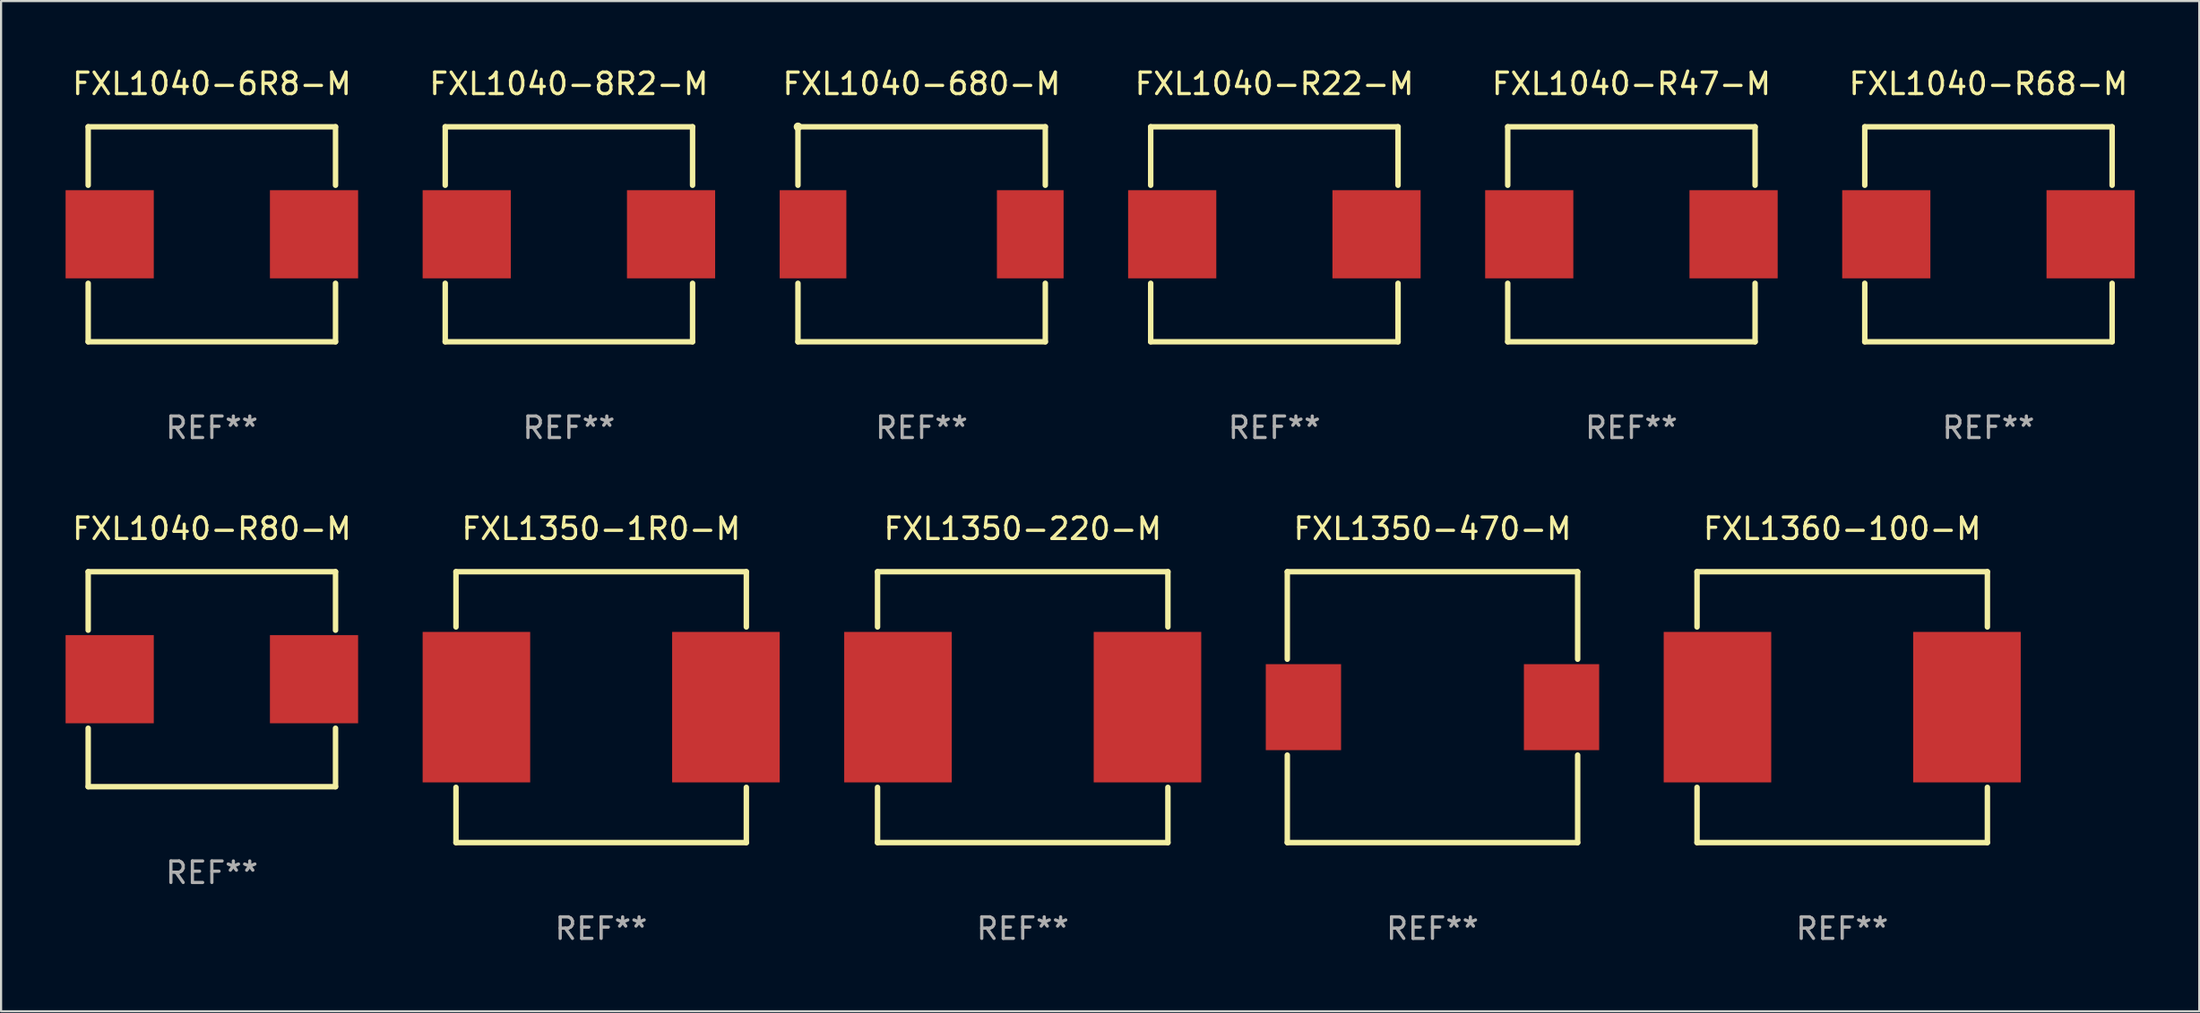
<source format=kicad_pcb>
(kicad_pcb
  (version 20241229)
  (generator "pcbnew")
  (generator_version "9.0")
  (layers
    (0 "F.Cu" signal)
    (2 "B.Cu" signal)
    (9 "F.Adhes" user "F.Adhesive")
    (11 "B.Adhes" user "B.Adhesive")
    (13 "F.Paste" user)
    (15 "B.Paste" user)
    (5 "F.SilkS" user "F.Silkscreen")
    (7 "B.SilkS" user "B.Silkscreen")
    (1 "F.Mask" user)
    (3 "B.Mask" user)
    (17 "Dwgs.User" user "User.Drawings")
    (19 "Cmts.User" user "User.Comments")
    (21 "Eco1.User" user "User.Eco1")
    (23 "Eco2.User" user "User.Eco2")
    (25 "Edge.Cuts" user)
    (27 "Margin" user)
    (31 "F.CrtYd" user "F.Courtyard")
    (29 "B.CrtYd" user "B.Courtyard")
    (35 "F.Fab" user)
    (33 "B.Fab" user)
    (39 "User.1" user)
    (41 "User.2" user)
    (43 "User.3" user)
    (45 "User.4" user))
  (footprint "FXL1350-470-M"
    (layer "F.Cu")
    (at 63.551 29.845)
    (property "Reference" "FXL1350-470-M" (at 0 -8.3 0) (layer "F.SilkS") (effects (font (size 1 1) (thickness 0.15))))
    (attr through_hole)
    (fp_line (start -6.75 -6.3) (end 6.75 -6.3) (stroke (width 0.254) (type solid)) (layer "F.SilkS"))
    (fp_line (start -6.75 -2.23) (end -6.75 -6.3) (stroke (width 0.254) (type solid)) (layer "F.SilkS"))
    (fp_line (start -6.75 6.3) (end -6.75 2.23) (stroke (width 0.254) (type solid)) (layer "F.SilkS"))
    (fp_line (start 6.75 -2.23) (end 6.75 -6.3) (stroke (width 0.254) (type solid)) (layer "F.SilkS"))
    (fp_line (start 6.75 6.3) (end -6.75 6.3) (stroke (width 0.254) (type solid)) (layer "F.SilkS"))
    (fp_line (start 6.75 6.3) (end 6.75 2.23) (stroke (width 0.254) (type solid)) (layer "F.SilkS"))
    (fp_circle (center -6.75 6.3) (end -6.72 6.3) (stroke (width 0.06) (type solid)) (fill no) (layer "F.SilkS"))
    (fp_text user "REF**" (at 0 10.3 0) (layer "F.Fab") (effects (font (size 1 1) (thickness 0.15))))
    (pad "1" smd rect (at -6 0 90) (size 4 3.5) (layers "F.Cu" "F.Mask" "F.Paste"))
    (pad "2" smd rect (at 6 0 90) (size 4 3.5) (layers "F.Cu" "F.Mask" "F.Paste")))
  (footprint "FXL1040-R47-M"
    (layer "F.Cu")
    (at 72.8 7.848)
    (property "Reference" "FXL1040-R47-M" (at 0 -7 0) (layer "F.SilkS") (effects (font (size 1 1) (thickness 0.15))))
    (attr through_hole)
    (fp_line (start -5.75 -5) (end -5.75 -2.281) (stroke (width 0.254) (type solid)) (layer "F.SilkS"))
    (fp_line (start -5.75 -5) (end 5.75 -5) (stroke (width 0.254) (type solid)) (layer "F.SilkS"))
    (fp_line (start -5.75 2.281) (end -5.75 5) (stroke (width 0.254) (type solid)) (layer "F.SilkS"))
    (fp_line (start 5.75 -2.281) (end 5.75 -5) (stroke (width 0.254) (type solid)) (layer "F.SilkS"))
    (fp_line (start 5.75 5) (end -5.75 5) (stroke (width 0.254) (type solid)) (layer "F.SilkS"))
    (fp_line (start 5.75 5) (end 5.75 2.281) (stroke (width 0.254) (type solid)) (layer "F.SilkS"))
    (fp_circle (center -5.75 5) (end -5.7 5) (stroke (width 0.1) (type solid)) (fill no) (layer "F.SilkS"))
    (fp_text user "REF**" (at 0 9 0) (layer "F.Fab") (effects (font (size 1 1) (thickness 0.15))))
    (pad "1" smd rect (at -4.75 0) (size 4.1 4.1) (layers "F.Cu" "F.Mask" "F.Paste"))
    (pad "2" smd rect (at 4.75 0) (size 4.1 4.1) (layers "F.Cu" "F.Mask" "F.Paste")))
  (footprint "FXL1360-100-M"
    (layer "F.Cu")
    (at 82.601 29.845)
    (property "Reference" "FXL1360-100-M" (at 0 -8.3 0) (layer "F.SilkS") (effects (font (size 1 1) (thickness 0.15))))
    (attr through_hole)
    (fp_line (start -6.75 -6.3) (end -6.75 -3.731) (stroke (width 0.254) (type solid)) (layer "F.SilkS"))
    (fp_line (start -6.75 -6.3) (end 6.75 -6.3) (stroke (width 0.254) (type solid)) (layer "F.SilkS"))
    (fp_line (start -6.75 3.731) (end -6.75 6.3) (stroke (width 0.254) (type solid)) (layer "F.SilkS"))
    (fp_line (start -6.75 6.3) (end 6.75 6.3) (stroke (width 0.254) (type solid)) (layer "F.SilkS"))
    (fp_line (start 6.75 -6.3) (end 6.75 -3.731) (stroke (width 0.254) (type solid)) (layer "F.SilkS"))
    (fp_line (start 6.75 3.731) (end 6.75 6.3) (stroke (width 0.254) (type solid)) (layer "F.SilkS"))
    (fp_circle (center -6.725 6.3) (end -6.695 6.3) (stroke (width 0.06) (type solid)) (fill no) (layer "F.SilkS"))
    (fp_text user "REF**" (at 0 10.3 0) (layer "F.Fab") (effects (font (size 1 1) (thickness 0.15))))
    (pad "1" smd rect (at -5.8 -0.000013 90) (size 7 5) (layers "F.Cu" "F.Mask" "F.Paste"))
    (pad "2" smd rect (at 5.8 -0.000013 90) (size 7 5) (layers "F.Cu" "F.Mask" "F.Paste")))
  (footprint "FXL1350-220-M"
    (layer "F.Cu")
    (at 44.5 29.845)
    (property "Reference" "FXL1350-220-M" (at 0 -8.3 0) (layer "F.SilkS") (effects (font (size 1 1) (thickness 0.15))))
    (attr through_hole)
    (fp_line (start -6.75 -6.3) (end -6.75 -3.731) (stroke (width 0.254) (type solid)) (layer "F.SilkS"))
    (fp_line (start -6.75 -6.3) (end 6.75 -6.3) (stroke (width 0.254) (type solid)) (layer "F.SilkS"))
    (fp_line (start -6.75 3.731) (end -6.75 6.3) (stroke (width 0.254) (type solid)) (layer "F.SilkS"))
    (fp_line (start -6.75 6.3) (end 6.75 6.3) (stroke (width 0.254) (type solid)) (layer "F.SilkS"))
    (fp_line (start 6.75 -6.3) (end 6.75 -3.731) (stroke (width 0.254) (type solid)) (layer "F.SilkS"))
    (fp_line (start 6.75 3.731) (end 6.75 6.3) (stroke (width 0.254) (type solid)) (layer "F.SilkS"))
    (fp_circle (center -6.725 6.3) (end -6.695 6.3) (stroke (width 0.06) (type solid)) (fill no) (layer "F.SilkS"))
    (fp_text user "REF**" (at 0 10.3 0) (layer "F.Fab") (effects (font (size 1 1) (thickness 0.15))))
    (pad "1" smd rect (at -5.8 -0.000013 90) (size 7 5) (layers "F.Cu" "F.Mask" "F.Paste"))
    (pad "2" smd rect (at 5.8 -0.000013 90) (size 7 5) (layers "F.Cu" "F.Mask" "F.Paste")))
  (footprint "FXL1040-8R2-M"
    (layer "F.Cu")
    (at 23.4 7.848)
    (property "Reference" "FXL1040-8R2-M" (at 0 -7 0) (layer "F.SilkS") (effects (font (size 1 1) (thickness 0.15))))
    (attr through_hole)
    (fp_line (start -5.75 -5) (end -5.75 -2.281) (stroke (width 0.254) (type solid)) (layer "F.SilkS"))
    (fp_line (start -5.75 -5) (end 5.75 -5) (stroke (width 0.254) (type solid)) (layer "F.SilkS"))
    (fp_line (start -5.75 2.281) (end -5.75 5) (stroke (width 0.254) (type solid)) (layer "F.SilkS"))
    (fp_line (start 5.75 -2.281) (end 5.75 -5) (stroke (width 0.254) (type solid)) (layer "F.SilkS"))
    (fp_line (start 5.75 5) (end -5.75 5) (stroke (width 0.254) (type solid)) (layer "F.SilkS"))
    (fp_line (start 5.75 5) (end 5.75 2.281) (stroke (width 0.254) (type solid)) (layer "F.SilkS"))
    (fp_circle (center -5.75 5) (end -5.7 5) (stroke (width 0.1) (type solid)) (fill no) (layer "F.SilkS"))
    (fp_text user "REF**" (at 0 9 0) (layer "F.Fab") (effects (font (size 1 1) (thickness 0.15))))
    (pad "1" smd rect (at -4.75 0) (size 4.1 4.1) (layers "F.Cu" "F.Mask" "F.Paste"))
    (pad "2" smd rect (at 4.75 0) (size 4.1 4.1) (layers "F.Cu" "F.Mask" "F.Paste")))
  (footprint "FXL1350-1R0-M"
    (layer "F.Cu")
    (at 24.9 29.845)
    (property "Reference" "FXL1350-1R0-M" (at 0 -8.3 0) (layer "F.SilkS") (effects (font (size 1 1) (thickness 0.15))))
    (attr through_hole)
    (fp_line (start -6.75 -6.3) (end -6.75 -3.731) (stroke (width 0.254) (type solid)) (layer "F.SilkS"))
    (fp_line (start -6.75 -6.3) (end 6.75 -6.3) (stroke (width 0.254) (type solid)) (layer "F.SilkS"))
    (fp_line (start -6.75 3.731) (end -6.75 6.3) (stroke (width 0.254) (type solid)) (layer "F.SilkS"))
    (fp_line (start -6.75 6.3) (end 6.75 6.3) (stroke (width 0.254) (type solid)) (layer "F.SilkS"))
    (fp_line (start 6.75 -6.3) (end 6.75 -3.731) (stroke (width 0.254) (type solid)) (layer "F.SilkS"))
    (fp_line (start 6.75 3.731) (end 6.75 6.3) (stroke (width 0.254) (type solid)) (layer "F.SilkS"))
    (fp_circle (center -6.725 6.3) (end -6.695 6.3) (stroke (width 0.06) (type solid)) (fill no) (layer "F.SilkS"))
    (fp_text user "REF**" (at 0 10.3 0) (layer "F.Fab") (effects (font (size 1 1) (thickness 0.15))))
    (pad "1" smd rect (at -5.8 -0.000013 90) (size 7 5) (layers "F.Cu" "F.Mask" "F.Paste"))
    (pad "2" smd rect (at 5.8 -0.000013 90) (size 7 5) (layers "F.Cu" "F.Mask" "F.Paste")))
  (footprint "FXL1040-R80-M"
    (layer "F.Cu")
    (at 6.8 28.545)
    (property "Reference" "FXL1040-R80-M" (at 0 -7 0) (layer "F.SilkS") (effects (font (size 1 1) (thickness 0.15))))
    (attr through_hole)
    (fp_line (start -5.75 -5) (end -5.75 -2.281) (stroke (width 0.254) (type solid)) (layer "F.SilkS"))
    (fp_line (start -5.75 -5) (end 5.75 -5) (stroke (width 0.254) (type solid)) (layer "F.SilkS"))
    (fp_line (start -5.75 2.281) (end -5.75 5) (stroke (width 0.254) (type solid)) (layer "F.SilkS"))
    (fp_line (start 5.75 -2.281) (end 5.75 -5) (stroke (width 0.254) (type solid)) (layer "F.SilkS"))
    (fp_line (start 5.75 5) (end -5.75 5) (stroke (width 0.254) (type solid)) (layer "F.SilkS"))
    (fp_line (start 5.75 5) (end 5.75 2.281) (stroke (width 0.254) (type solid)) (layer "F.SilkS"))
    (fp_circle (center -5.75 5) (end -5.7 5) (stroke (width 0.1) (type solid)) (fill no) (layer "F.SilkS"))
    (fp_text user "REF**" (at 0 9 0) (layer "F.Fab") (effects (font (size 1 1) (thickness 0.15))))
    (pad "1" smd rect (at -4.75 0) (size 4.1 4.1) (layers "F.Cu" "F.Mask" "F.Paste"))
    (pad "2" smd rect (at 4.75 0) (size 4.1 4.1) (layers "F.Cu" "F.Mask" "F.Paste")))
  (footprint "FXL1040-R22-M"
    (layer "F.Cu")
    (at 56.2 7.848)
    (property "Reference" "FXL1040-R22-M" (at 0 -7 0) (layer "F.SilkS") (effects (font (size 1 1) (thickness 0.15))))
    (attr through_hole)
    (fp_line (start -5.75 -5) (end -5.75 -2.281) (stroke (width 0.254) (type solid)) (layer "F.SilkS"))
    (fp_line (start -5.75 -5) (end 5.75 -5) (stroke (width 0.254) (type solid)) (layer "F.SilkS"))
    (fp_line (start -5.75 2.281) (end -5.75 5) (stroke (width 0.254) (type solid)) (layer "F.SilkS"))
    (fp_line (start 5.75 -2.281) (end 5.75 -5) (stroke (width 0.254) (type solid)) (layer "F.SilkS"))
    (fp_line (start 5.75 5) (end -5.75 5) (stroke (width 0.254) (type solid)) (layer "F.SilkS"))
    (fp_line (start 5.75 5) (end 5.75 2.281) (stroke (width 0.254) (type solid)) (layer "F.SilkS"))
    (fp_circle (center -5.75 5) (end -5.7 5) (stroke (width 0.1) (type solid)) (fill no) (layer "F.SilkS"))
    (fp_text user "REF**" (at 0 9 0) (layer "F.Fab") (effects (font (size 1 1) (thickness 0.15))))
    (pad "1" smd rect (at -4.75 0) (size 4.1 4.1) (layers "F.Cu" "F.Mask" "F.Paste"))
    (pad "2" smd rect (at 4.75 0) (size 4.1 4.1) (layers "F.Cu" "F.Mask" "F.Paste")))
  (footprint "FXL1040-680-M"
    (layer "F.Cu")
    (at 39.8 7.848)
    (property "Reference" "FXL1040-680-M" (at 0 -7 0) (layer "F.SilkS") (effects (font (size 1 1) (thickness 0.15))))
    (attr through_hole)
    (fp_line (start -5.75 -5) (end -5.75 -2.281) (stroke (width 0.254) (type solid)) (layer "F.SilkS"))
    (fp_line (start -5.75 -5) (end 5.75 -5) (stroke (width 0.254) (type solid)) (layer "F.SilkS"))
    (fp_line (start -5.75 2.281) (end -5.75 5) (stroke (width 0.254) (type solid)) (layer "F.SilkS"))
    (fp_line (start 5.75 -5) (end 5.75 -2.281) (stroke (width 0.254) (type solid)) (layer "F.SilkS"))
    (fp_line (start 5.75 2.281) (end 5.75 5) (stroke (width 0.254) (type solid)) (layer "F.SilkS"))
    (fp_line (start 5.75 5) (end -5.75 5) (stroke (width 0.254) (type solid)) (layer "F.SilkS"))
    (fp_circle (center -5.75 -5) (end -5.65 -5) (stroke (width 0.2) (type solid)) (fill no) (layer "F.SilkS"))
    (fp_text user "REF**" (at 0 9 0) (layer "F.Fab") (effects (font (size 1 1) (thickness 0.15))))
    (pad "1" smd rect (at -5.05 0) (size 3.1 4.1) (layers "F.Cu" "F.Mask" "F.Paste"))
    (pad "2" smd rect (at 5.05 0) (size 3.1 4.1) (layers "F.Cu" "F.Mask" "F.Paste")))
  (footprint "FXL1040-R68-M"
    (layer "F.Cu")
    (at 89.4 7.848)
    (property "Reference" "FXL1040-R68-M" (at 0 -7 0) (layer "F.SilkS") (effects (font (size 1 1) (thickness 0.15))))
    (attr through_hole)
    (fp_line (start -5.75 -5) (end -5.75 -2.281) (stroke (width 0.254) (type solid)) (layer "F.SilkS"))
    (fp_line (start -5.75 -5) (end 5.75 -5) (stroke (width 0.254) (type solid)) (layer "F.SilkS"))
    (fp_line (start -5.75 2.281) (end -5.75 5) (stroke (width 0.254) (type solid)) (layer "F.SilkS"))
    (fp_line (start 5.75 -2.281) (end 5.75 -5) (stroke (width 0.254) (type solid)) (layer "F.SilkS"))
    (fp_line (start 5.75 5) (end -5.75 5) (stroke (width 0.254) (type solid)) (layer "F.SilkS"))
    (fp_line (start 5.75 5) (end 5.75 2.281) (stroke (width 0.254) (type solid)) (layer "F.SilkS"))
    (fp_circle (center -5.75 5) (end -5.7 5) (stroke (width 0.1) (type solid)) (fill no) (layer "F.SilkS"))
    (fp_text user "REF**" (at 0 9 0) (layer "F.Fab") (effects (font (size 1 1) (thickness 0.15))))
    (pad "1" smd rect (at -4.75 0) (size 4.1 4.1) (layers "F.Cu" "F.Mask" "F.Paste"))
    (pad "2" smd rect (at 4.75 0) (size 4.1 4.1) (layers "F.Cu" "F.Mask" "F.Paste")))
  (footprint "FXL1040-6R8-M"
    (layer "F.Cu")
    (at 6.8 7.848)
    (property "Reference" "FXL1040-6R8-M" (at 0 -7 0) (layer "F.SilkS") (effects (font (size 1 1) (thickness 0.15))))
    (attr through_hole)
    (fp_line (start -5.75 -5) (end -5.75 -2.281) (stroke (width 0.254) (type solid)) (layer "F.SilkS"))
    (fp_line (start -5.75 -5) (end 5.75 -5) (stroke (width 0.254) (type solid)) (layer "F.SilkS"))
    (fp_line (start -5.75 2.281) (end -5.75 5) (stroke (width 0.254) (type solid)) (layer "F.SilkS"))
    (fp_line (start 5.75 -2.281) (end 5.75 -5) (stroke (width 0.254) (type solid)) (layer "F.SilkS"))
    (fp_line (start 5.75 5) (end -5.75 5) (stroke (width 0.254) (type solid)) (layer "F.SilkS"))
    (fp_line (start 5.75 5) (end 5.75 2.281) (stroke (width 0.254) (type solid)) (layer "F.SilkS"))
    (fp_circle (center -5.75 5) (end -5.7 5) (stroke (width 0.1) (type solid)) (fill no) (layer "F.SilkS"))
    (fp_text user "REF**" (at 0 9 0) (layer "F.Fab") (effects (font (size 1 1) (thickness 0.15))))
    (pad "1" smd rect (at -4.75 0) (size 4.1 4.1) (layers "F.Cu" "F.Mask" "F.Paste"))
    (pad "2" smd rect (at 4.75 0) (size 4.1 4.1) (layers "F.Cu" "F.Mask" "F.Paste")))
  (gr_rect
    (start -3 -3)
    (end 99.201 43.993)
    (stroke (width 0.1) (type default))
    (fill no)
    (layer "Edge.Cuts")))
</source>
